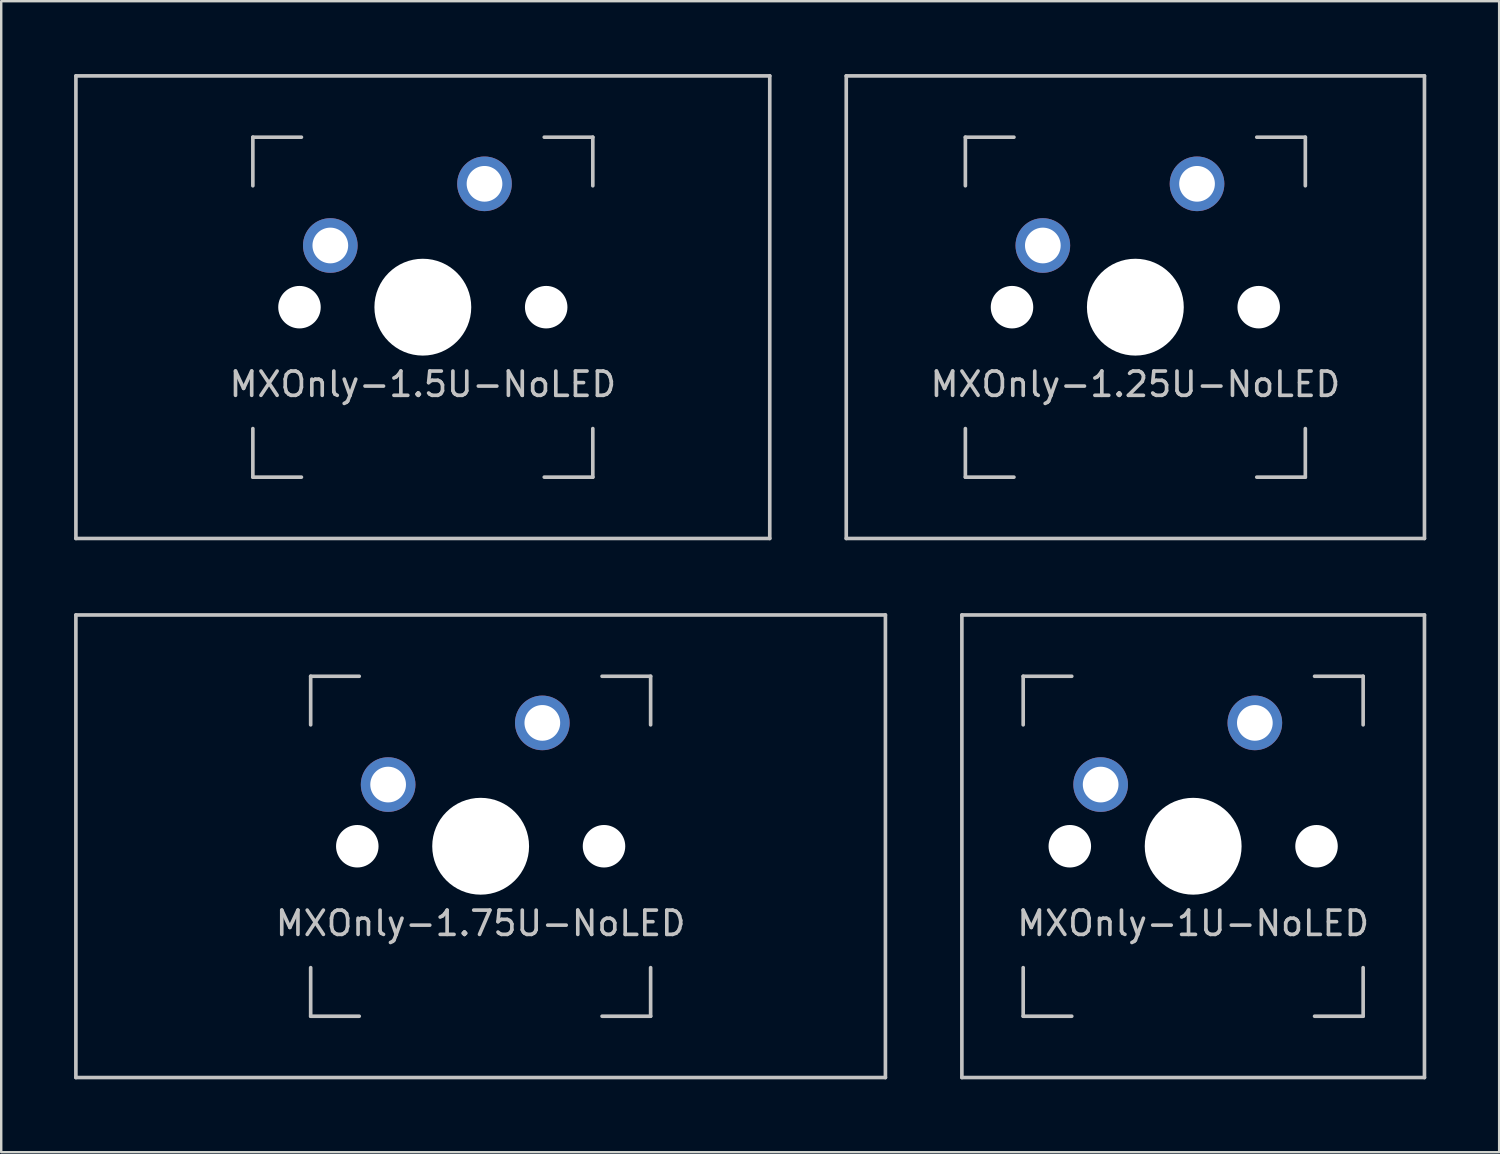
<source format=kicad_pcb>
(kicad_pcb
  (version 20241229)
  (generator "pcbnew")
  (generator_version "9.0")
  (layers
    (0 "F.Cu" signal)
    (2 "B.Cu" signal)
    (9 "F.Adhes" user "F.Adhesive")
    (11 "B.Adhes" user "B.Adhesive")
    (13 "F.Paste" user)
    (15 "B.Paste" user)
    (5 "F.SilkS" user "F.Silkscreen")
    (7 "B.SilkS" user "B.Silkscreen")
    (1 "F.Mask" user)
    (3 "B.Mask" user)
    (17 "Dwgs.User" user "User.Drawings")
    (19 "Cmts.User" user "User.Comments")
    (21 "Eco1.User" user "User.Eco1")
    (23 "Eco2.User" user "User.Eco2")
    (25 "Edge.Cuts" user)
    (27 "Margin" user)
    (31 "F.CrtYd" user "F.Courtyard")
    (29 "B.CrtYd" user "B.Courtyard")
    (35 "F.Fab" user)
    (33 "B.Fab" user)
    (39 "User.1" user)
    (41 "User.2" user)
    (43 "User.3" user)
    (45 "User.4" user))
  (footprint "MXOnly-1.25U-NoLED"
    (layer "F.Cu")
    (at 43.706 9.6)
    (property "Reference" "MXOnly-1.25U-NoLED" (at 0 3.175 0) (layer "Dwgs.User") (effects (font (size 1 1) (thickness 0.15))))
    (attr through_hole)
    (fp_line (start -11.906 -9.525) (end 11.906 -9.525) (stroke (width 0.15) (type solid)) (layer "Dwgs.User"))
    (fp_line (start -11.906 9.525) (end -11.906 -9.525) (stroke (width 0.15) (type solid)) (layer "Dwgs.User"))
    (fp_line (start -11.906 9.525) (end 11.906 9.525) (stroke (width 0.15) (type solid)) (layer "Dwgs.User"))
    (fp_line (start -7 -7) (end -7 -5) (stroke (width 0.15) (type solid)) (layer "Dwgs.User"))
    (fp_line (start -7 5) (end -7 7) (stroke (width 0.15) (type solid)) (layer "Dwgs.User"))
    (fp_line (start -7 7) (end -5 7) (stroke (width 0.15) (type solid)) (layer "Dwgs.User"))
    (fp_line (start -5 -7) (end -7 -7) (stroke (width 0.15) (type solid)) (layer "Dwgs.User"))
    (fp_line (start 5 -7) (end 7 -7) (stroke (width 0.15) (type solid)) (layer "Dwgs.User"))
    (fp_line (start 5 7) (end 7 7) (stroke (width 0.15) (type solid)) (layer "Dwgs.User"))
    (fp_line (start 7 -7) (end 7 -5) (stroke (width 0.15) (type solid)) (layer "Dwgs.User"))
    (fp_line (start 7 7) (end 7 5) (stroke (width 0.15) (type solid)) (layer "Dwgs.User"))
    (fp_line (start 11.906 -9.525) (end 11.906 9.525) (stroke (width 0.15) (type solid)) (layer "Dwgs.User"))
    (pad "" np_thru_hole circle (at -5.08 0 48.1) (size 1.75 1.75) (drill 1.75) (layers "*.Cu" "*.Mask"))
    (pad "" np_thru_hole circle (at 0 0) (size 3.988 3.988) (drill 3.988) (layers "*.Cu" "*.Mask"))
    (pad "" np_thru_hole circle (at 5.08 0 48.1) (size 1.75 1.75) (drill 1.75) (layers "*.Cu" "*.Mask"))
    (pad "1" thru_hole circle (at -3.81 -2.54) (size 2.25 2.25) (drill 1.47) (layers "*.Cu" "*.Mask"))
    (pad "2" thru_hole circle (at 2.54 -5.08) (size 2.25 2.25) (drill 1.47) (layers "*.Cu" "*.Mask")))
  (footprint "MXOnly-1.5U-NoLED"
    (layer "F.Cu")
    (at 14.363 9.6)
    (property "Reference" "MXOnly-1.5U-NoLED" (at 0 3.175 0) (layer "Dwgs.User") (effects (font (size 1 1) (thickness 0.15))))
    (attr through_hole)
    (fp_line (start -14.287 -9.525) (end 14.287 -9.525) (stroke (width 0.15) (type solid)) (layer "Dwgs.User"))
    (fp_line (start -14.287 9.525) (end -14.287 -9.525) (stroke (width 0.15) (type solid)) (layer "Dwgs.User"))
    (fp_line (start -14.287 9.525) (end 14.287 9.525) (stroke (width 0.15) (type solid)) (layer "Dwgs.User"))
    (fp_line (start -7 -7) (end -7 -5) (stroke (width 0.15) (type solid)) (layer "Dwgs.User"))
    (fp_line (start -7 5) (end -7 7) (stroke (width 0.15) (type solid)) (layer "Dwgs.User"))
    (fp_line (start -7 7) (end -5 7) (stroke (width 0.15) (type solid)) (layer "Dwgs.User"))
    (fp_line (start -5 -7) (end -7 -7) (stroke (width 0.15) (type solid)) (layer "Dwgs.User"))
    (fp_line (start 5 -7) (end 7 -7) (stroke (width 0.15) (type solid)) (layer "Dwgs.User"))
    (fp_line (start 5 7) (end 7 7) (stroke (width 0.15) (type solid)) (layer "Dwgs.User"))
    (fp_line (start 7 -7) (end 7 -5) (stroke (width 0.15) (type solid)) (layer "Dwgs.User"))
    (fp_line (start 7 7) (end 7 5) (stroke (width 0.15) (type solid)) (layer "Dwgs.User"))
    (fp_line (start 14.287 -9.525) (end 14.287 9.525) (stroke (width 0.15) (type solid)) (layer "Dwgs.User"))
    (pad "" np_thru_hole circle (at -5.08 0 48.1) (size 1.75 1.75) (drill 1.75) (layers "*.Cu" "*.Mask"))
    (pad "" np_thru_hole circle (at 0 0) (size 3.988 3.988) (drill 3.988) (layers "*.Cu" "*.Mask"))
    (pad "" np_thru_hole circle (at 5.08 0 48.1) (size 1.75 1.75) (drill 1.75) (layers "*.Cu" "*.Mask"))
    (pad "1" thru_hole circle (at -3.81 -2.54) (size 2.25 2.25) (drill 1.47) (layers "*.Cu" "*.Mask"))
    (pad "2" thru_hole circle (at 2.54 -5.08) (size 2.25 2.25) (drill 1.47) (layers "*.Cu" "*.Mask")))
  (footprint "MXOnly-1.75U-NoLED"
    (layer "F.Cu")
    (at 16.744 31.8)
    (property "Reference" "MXOnly-1.75U-NoLED" (at 0 3.175 0) (layer "Dwgs.User") (effects (font (size 1 1) (thickness 0.15))))
    (attr through_hole)
    (fp_line (start -16.669 -9.525) (end 16.669 -9.525) (stroke (width 0.15) (type solid)) (layer "Dwgs.User"))
    (fp_line (start -16.669 9.525) (end -16.669 -9.525) (stroke (width 0.15) (type solid)) (layer "Dwgs.User"))
    (fp_line (start -16.669 9.525) (end 16.669 9.525) (stroke (width 0.15) (type solid)) (layer "Dwgs.User"))
    (fp_line (start -7 -7) (end -7 -5) (stroke (width 0.15) (type solid)) (layer "Dwgs.User"))
    (fp_line (start -7 5) (end -7 7) (stroke (width 0.15) (type solid)) (layer "Dwgs.User"))
    (fp_line (start -7 7) (end -5 7) (stroke (width 0.15) (type solid)) (layer "Dwgs.User"))
    (fp_line (start -5 -7) (end -7 -7) (stroke (width 0.15) (type solid)) (layer "Dwgs.User"))
    (fp_line (start 5 -7) (end 7 -7) (stroke (width 0.15) (type solid)) (layer "Dwgs.User"))
    (fp_line (start 5 7) (end 7 7) (stroke (width 0.15) (type solid)) (layer "Dwgs.User"))
    (fp_line (start 7 -7) (end 7 -5) (stroke (width 0.15) (type solid)) (layer "Dwgs.User"))
    (fp_line (start 7 7) (end 7 5) (stroke (width 0.15) (type solid)) (layer "Dwgs.User"))
    (fp_line (start 16.669 -9.525) (end 16.669 9.525) (stroke (width 0.15) (type solid)) (layer "Dwgs.User"))
    (pad "" np_thru_hole circle (at -5.08 0 48.1) (size 1.75 1.75) (drill 1.75) (layers "*.Cu" "*.Mask"))
    (pad "" np_thru_hole circle (at 0 0) (size 3.988 3.988) (drill 3.988) (layers "*.Cu" "*.Mask"))
    (pad "" np_thru_hole circle (at 5.08 0 48.1) (size 1.75 1.75) (drill 1.75) (layers "*.Cu" "*.Mask"))
    (pad "1" thru_hole circle (at -3.81 -2.54) (size 2.25 2.25) (drill 1.47) (layers "*.Cu" "*.Mask"))
    (pad "2" thru_hole circle (at 2.54 -5.08) (size 2.25 2.25) (drill 1.47) (layers "*.Cu" "*.Mask")))
  (footprint "MXOnly-1U-NoLED"
    (layer "F.Cu")
    (at 46.087 31.8)
    (property "Reference" "MXOnly-1U-NoLED" (at 0 3.175 0) (layer "Dwgs.User") (effects (font (size 1 1) (thickness 0.15))))
    (attr through_hole)
    (fp_line (start -9.525 -9.525) (end 9.525 -9.525) (stroke (width 0.15) (type solid)) (layer "Dwgs.User"))
    (fp_line (start -9.525 9.525) (end -9.525 -9.525) (stroke (width 0.15) (type solid)) (layer "Dwgs.User"))
    (fp_line (start -7 -7) (end -7 -5) (stroke (width 0.15) (type solid)) (layer "Dwgs.User"))
    (fp_line (start -7 5) (end -7 7) (stroke (width 0.15) (type solid)) (layer "Dwgs.User"))
    (fp_line (start -7 7) (end -5 7) (stroke (width 0.15) (type solid)) (layer "Dwgs.User"))
    (fp_line (start -5 -7) (end -7 -7) (stroke (width 0.15) (type solid)) (layer "Dwgs.User"))
    (fp_line (start 5 -7) (end 7 -7) (stroke (width 0.15) (type solid)) (layer "Dwgs.User"))
    (fp_line (start 5 7) (end 7 7) (stroke (width 0.15) (type solid)) (layer "Dwgs.User"))
    (fp_line (start 7 -7) (end 7 -5) (stroke (width 0.15) (type solid)) (layer "Dwgs.User"))
    (fp_line (start 7 7) (end 7 5) (stroke (width 0.15) (type solid)) (layer "Dwgs.User"))
    (fp_line (start 9.525 -9.525) (end 9.525 9.525) (stroke (width 0.15) (type solid)) (layer "Dwgs.User"))
    (fp_line (start 9.525 9.525) (end -9.525 9.525) (stroke (width 0.15) (type solid)) (layer "Dwgs.User"))
    (pad "" np_thru_hole circle (at -5.08 0 48.1) (size 1.75 1.75) (drill 1.75) (layers "*.Cu" "*.Mask"))
    (pad "" np_thru_hole circle (at 0 0) (size 3.988 3.988) (drill 3.988) (layers "*.Cu" "*.Mask"))
    (pad "" np_thru_hole circle (at 5.08 0 48.1) (size 1.75 1.75) (drill 1.75) (layers "*.Cu" "*.Mask"))
    (pad "1" thru_hole circle (at -3.81 -2.54) (size 2.25 2.25) (drill 1.47) (layers "*.Cu" "*.Mask"))
    (pad "2" thru_hole circle (at 2.54 -5.08) (size 2.25 2.25) (drill 1.47) (layers "*.Cu" "*.Mask")))
  (gr_rect
    (start -3 -3)
    (end 58.688 44.4)
    (stroke (width 0.1) (type default))
    (fill no)
    (layer "Edge.Cuts")))
</source>
